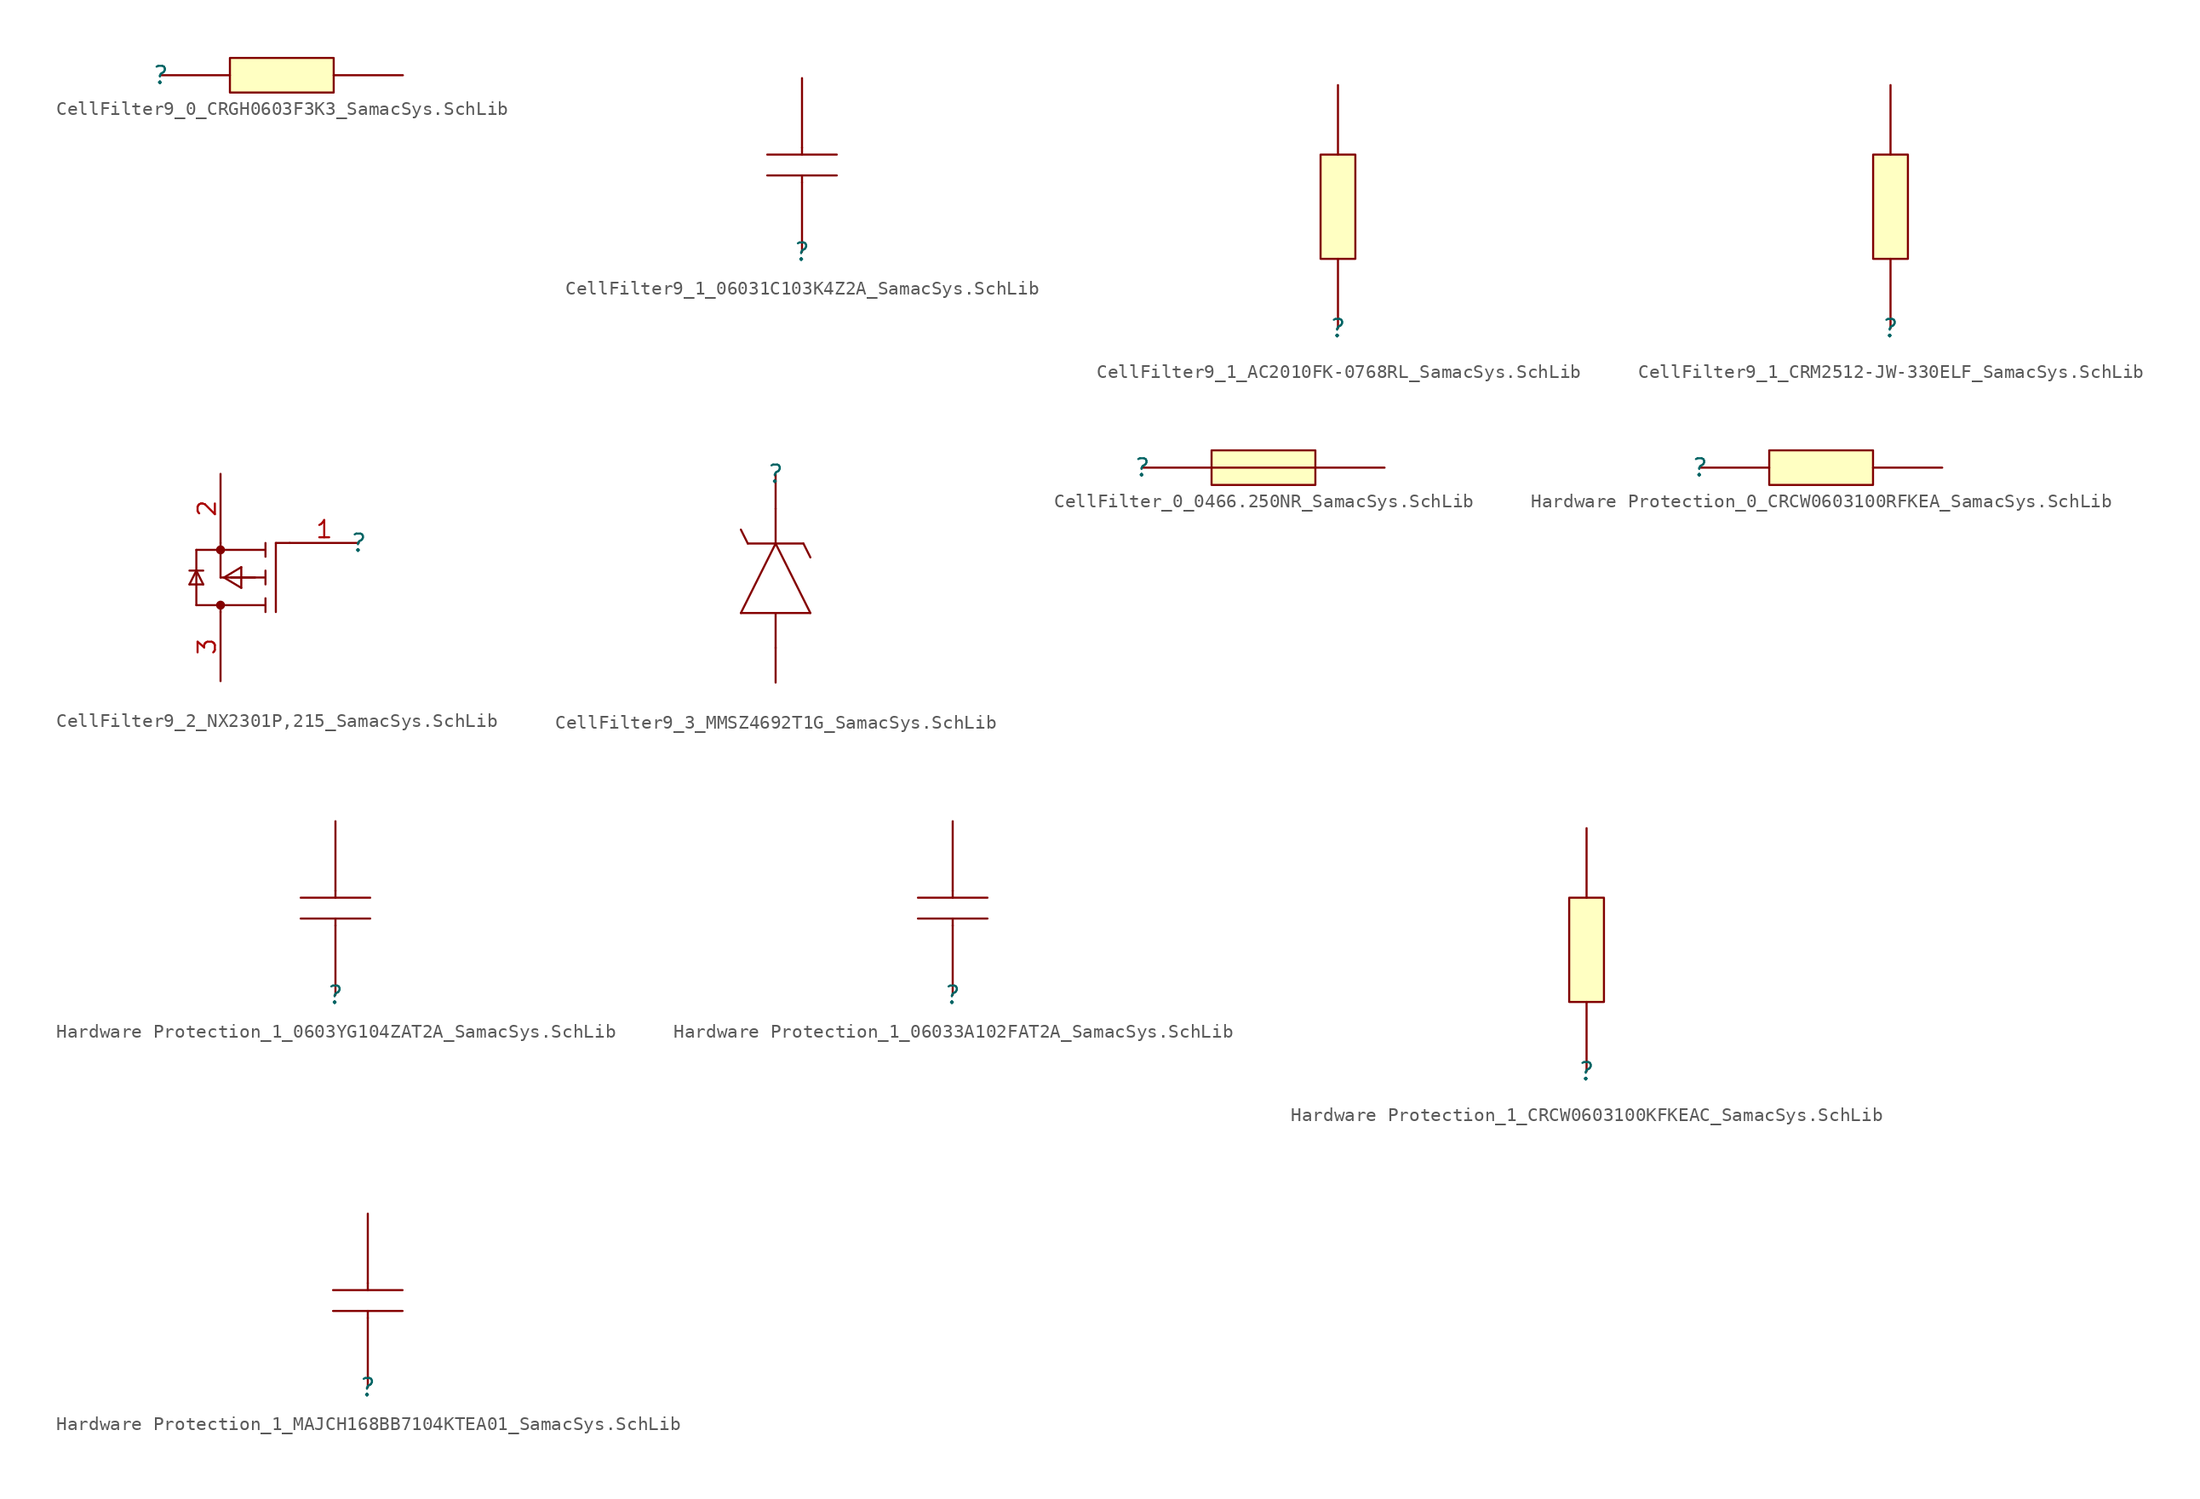
<source format=kicad_sym>
(kicad_symbol_lib
  (version 20241209)
  (generator "kicad_symbol_editor")
  (generator_version "9.0")
  (symbol "CellFilter9_0_CRGH0603F3K3_SamacSys.SchLib"
    (pin_numbers
      (hide yes))
    (pin_names
      (hide yes))
    (property "Reference" ""
      (at 0 0 0)
      (effects (font (size 1.27 1.27))))
    (property "Value" ""
      (at 0 0 0)
      (effects (font (size 1.27 1.27))))
    (symbol "CellFilter9_0_CRGH0603F3K3_SamacSys.SchLib_1_0"
      (rectangle (start 12.7 1.27) (end 5.08 -1.27) (stroke (width 0) (type solid) (color 128 0 0 1)) (fill (type background)))
      (pin passive line (at 0 0 0) (length 5.08) (name "1" (effects (font (size 1.27 1.27)))) (number "1" (effects (font (size 1.27 1.27)))))
      (pin passive line (at 17.78 0 180) (length 5.08) (name "2" (effects (font (size 1.27 1.27)))) (number "2" (effects (font (size 1.27 1.27)))))))
  (symbol "CellFilter9_1_06031C103K4Z2A_SamacSys.SchLib"
    (pin_numbers
      (hide yes))
    (pin_names
      (hide yes))
    (property "Reference" ""
      (at 0 0 0)
      (effects (font (size 1.27 1.27))))
    (property "Value" ""
      (at 0 0 0)
      (effects (font (size 1.27 1.27))))
    (symbol "CellFilter9_1_06031C103K4Z2A_SamacSys.SchLib_1_0"
      (polyline (pts (xy -2.54 7.112) (xy 2.54 7.112)) (stroke (width 0) (type solid)) (fill (type none)))
      (polyline (pts (xy -2.54 5.588) (xy 2.54 5.588)) (stroke (width 0) (type solid)) (fill (type none)))
      (polyline (pts (xy 0 7.112) (xy 0 7.62)) (stroke (width 0) (type solid)) (fill (type none)))
      (polyline (pts (xy 0 5.08) (xy 0 5.588)) (stroke (width 0) (type solid)) (fill (type none)))
      (pin passive line (at 0 12.7 270) (length 5.08) (name "2" (effects (font (size 1.27 1.27)))) (number "2" (effects (font (size 1.27 1.27)))))
      (pin passive line (at 0 0 90) (length 5.08) (name "1" (effects (font (size 1.27 1.27)))) (number "1" (effects (font (size 1.27 1.27)))))))
  (symbol "CellFilter9_1_AC2010FK-0768RL_SamacSys.SchLib"
    (pin_numbers
      (hide yes))
    (pin_names
      (hide yes))
    (property "Reference" ""
      (at 0 0 0)
      (effects (font (size 1.27 1.27))))
    (property "Value" ""
      (at 0 0 0)
      (effects (font (size 1.27 1.27))))
    (symbol "CellFilter9_1_AC2010FK-0768RL_SamacSys.SchLib_1_0"
      (rectangle (start 1.27 12.7) (end -1.27 5.08) (stroke (width 0) (type solid) (color 128 0 0 1)) (fill (type background)))
      (pin passive line (at 0 17.78 270) (length 5.08) (name "2" (effects (font (size 1.27 1.27)))) (number "2" (effects (font (size 1.27 1.27)))))
      (pin passive line (at 0 0 90) (length 5.08) (name "1" (effects (font (size 1.27 1.27)))) (number "1" (effects (font (size 1.27 1.27)))))))
  (symbol "CellFilter9_1_CRM2512-JW-330ELF_SamacSys.SchLib"
    (pin_numbers
      (hide yes))
    (pin_names
      (hide yes))
    (property "Reference" ""
      (at 0 0 0)
      (effects (font (size 1.27 1.27))))
    (property "Value" ""
      (at 0 0 0)
      (effects (font (size 1.27 1.27))))
    (symbol "CellFilter9_1_CRM2512-JW-330ELF_SamacSys.SchLib_1_0"
      (rectangle (start 1.27 12.7) (end -1.27 5.08) (stroke (width 0) (type solid) (color 128 0 0 1)) (fill (type background)))
      (pin passive line (at 0 17.78 270) (length 5.08) (name "2" (effects (font (size 1.27 1.27)))) (number "2" (effects (font (size 1.27 1.27)))))
      (pin passive line (at 0 0 90) (length 5.08) (name "1" (effects (font (size 1.27 1.27)))) (number "1" (effects (font (size 1.27 1.27)))))))
  (symbol "CellFilter9_2_NX2301P,215_SamacSys.SchLib"
    (pin_names
      (hide yes))
    (property "Reference" ""
      (at 0 0 0)
      (effects (font (size 1.27 1.27))))
    (property "Value" ""
      (at 0 0 0)
      (effects (font (size 1.27 1.27))))
    (symbol "CellFilter9_2_NX2301P,215_SamacSys.SchLib_1_0"
      (polyline (pts (xy -12.446 -3.048) (xy -11.43 -3.048)) (stroke (width 0) (type solid)) (fill (type none)))
      (polyline (pts (xy -11.938 -2.032) (xy -12.446 -2.032)) (stroke (width 0) (type solid)) (fill (type none)))
      (polyline (pts (xy -11.938 -2.032) (xy -12.446 -3.048)) (stroke (width 0) (type solid)) (fill (type none)))
      (polyline (pts (xy -11.938 -2.032) (xy -11.43 -2.032)) (stroke (width 0) (type solid)) (fill (type none)))
      (polyline (pts (xy -11.938 -4.572) (xy -11.938 -0.508)) (stroke (width 0) (type solid)) (fill (type none)))
      (polyline (pts (xy -11.938 -4.572) (xy -10.16 -4.572)) (stroke (width 0) (type solid)) (fill (type none)))
      (polyline (pts (xy -11.43 -3.048) (xy -11.938 -2.032)) (stroke (width 0) (type solid)) (fill (type none)))
      (circle (center -10.16 -0.508) (radius 0.254) (stroke (width 0) (type solid)) (fill (type outline)))
      (polyline (pts (xy -10.16 -0.508) (xy -11.938 -0.508)) (stroke (width 0) (type solid)) (fill (type none)))
      (polyline (pts (xy -10.16 -2.54) (xy -10.16 0)) (stroke (width 0) (type solid)) (fill (type none)))
      (polyline (pts (xy -10.16 -2.54) (xy -7.62 -2.54)) (stroke (width 0) (type solid)) (fill (type none)))
      (circle (center -10.16 -4.572) (radius 0.254) (stroke (width 0) (type solid)) (fill (type outline)))
      (polyline (pts (xy -10.16 -4.572) (xy -10.16 -5.08)) (stroke (width 0) (type solid)) (fill (type none)))
      (polyline (pts (xy -9.906 -2.54) (xy -8.636 -1.778)) (stroke (width 0) (type solid)) (fill (type none)))
      (polyline (pts (xy -9.906 -2.54) (xy -8.636 -3.302)) (stroke (width 0) (type solid)) (fill (type none)))
      (polyline (pts (xy -9.398 -2.54) (xy -6.858 -2.54)) (stroke (width 0) (type solid)) (fill (type none)))
      (polyline (pts (xy -8.636 -1.778) (xy -8.636 -3.302)) (stroke (width 0) (type solid)) (fill (type none)))
      (polyline (pts (xy -6.858 -0.508) (xy -10.16 -0.508)) (stroke (width 0) (type solid)) (fill (type none)))
      (polyline (pts (xy -6.858 -1.016) (xy -6.858 0)) (stroke (width 0) (type solid)) (fill (type none)))
      (polyline (pts (xy -6.858 -3.048) (xy -6.858 -2.032)) (stroke (width 0) (type solid)) (fill (type none)))
      (polyline (pts (xy -6.858 -4.064) (xy -6.858 -5.08)) (stroke (width 0) (type solid)) (fill (type none)))
      (polyline (pts (xy -6.858 -4.572) (xy -10.16 -4.572)) (stroke (width 0) (type solid)) (fill (type none)))
      (polyline (pts (xy -6.096 0) (xy -6.096 -5.08)) (stroke (width 0) (type solid)) (fill (type none)))
      (polyline (pts (xy -6.096 0) (xy -5.08 0)) (stroke (width 0) (type solid)) (fill (type none)))
      (pin passive line (at -10.16 5.08 270) (length 5.08) (name "S" (effects (font (size 1.27 1.27)))) (number "2" (effects (font (size 1.27 1.27)))))
      (pin passive line (at -10.16 -10.16 90) (length 5.08) (name "D" (effects (font (size 1.27 1.27)))) (number "3" (effects (font (size 1.27 1.27)))))
      (pin passive line (at 0 0 180) (length 5.08) (name "G" (effects (font (size 1.27 1.27)))) (number "1" (effects (font (size 1.27 1.27)))))))
  (symbol "CellFilter9_3_MMSZ4692T1G_SamacSys.SchLib"
    (pin_numbers
      (hide yes))
    (pin_names
      (hide yes))
    (property "Reference" ""
      (at 0 0 0)
      (effects (font (size 1.27 1.27))))
    (property "Value" ""
      (at 0 0 0)
      (effects (font (size 1.27 1.27))))
    (symbol "CellFilter9_3_MMSZ4692T1G_SamacSys.SchLib_1_0"
      (polyline (pts (xy -2.54 -4.064) (xy -2.032 -5.08)) (stroke (width 0) (type solid)) (fill (type none)))
      (polyline (pts (xy -2.54 -10.16) (xy 0 -5.08)) (stroke (width 0) (type solid)) (fill (type none)))
      (polyline (pts (xy 0 -2.54) (xy 0 -5.08)) (stroke (width 0) (type solid)) (fill (type none)))
      (polyline (pts (xy 0 -5.08) (xy 2.54 -10.16)) (stroke (width 0) (type solid)) (fill (type none)))
      (polyline (pts (xy 0 -12.7) (xy 0 -10.16)) (stroke (width 0) (type solid)) (fill (type none)))
      (polyline (pts (xy 2.032 -5.08) (xy -2.032 -5.08)) (stroke (width 0) (type solid)) (fill (type none)))
      (polyline (pts (xy 2.032 -5.08) (xy 2.54 -6.096)) (stroke (width 0) (type solid)) (fill (type none)))
      (polyline (pts (xy 2.54 -10.16) (xy -2.54 -10.16)) (stroke (width 0) (type solid)) (fill (type none)))
      (pin passive line (at 0 0 270) (length 2.54) (name "K" (effects (font (size 1.27 1.27)))) (number "1" (effects (font (size 1.27 1.27)))))
      (pin passive line (at 0 -15.24 90) (length 2.54) (name "A" (effects (font (size 1.27 1.27)))) (number "2" (effects (font (size 1.27 1.27)))))))
  (symbol "CellFilter_0_0466.250NR_SamacSys.SchLib"
    (pin_numbers
      (hide yes))
    (pin_names
      (hide yes))
    (property "Reference" ""
      (at 0 0 0)
      (effects (font (size 1.27 1.27))))
    (property "Value" ""
      (at 0 0 0)
      (effects (font (size 1.27 1.27))))
    (symbol "CellFilter_0_0466.250NR_SamacSys.SchLib_1_0"
      (polyline (pts (xy 5.08 0) (xy 12.7 0)) (stroke (width 0) (type solid)) (fill (type none)))
      (rectangle (start 12.7 1.27) (end 5.08 -1.27) (stroke (width 0) (type solid) (color 128 0 0 1)) (fill (type background)))
      (pin passive line (at 0 0 0) (length 5.08) (name "1" (effects (font (size 1.27 1.27)))) (number "1" (effects (font (size 1.27 1.27)))))
      (pin passive line (at 17.78 0 180) (length 5.08) (name "2" (effects (font (size 1.27 1.27)))) (number "2" (effects (font (size 1.27 1.27)))))))
  (symbol "Hardware Protection_0_CRCW0603100RFKEA_SamacSys.SchLib"
    (pin_numbers
      (hide yes))
    (pin_names
      (hide yes))
    (property "Reference" ""
      (at 0 0 0)
      (effects (font (size 1.27 1.27))))
    (property "Value" ""
      (at 0 0 0)
      (effects (font (size 1.27 1.27))))
    (symbol "Hardware Protection_0_CRCW0603100RFKEA_SamacSys.SchLib_1_0"
      (rectangle (start 12.7 1.27) (end 5.08 -1.27) (stroke (width 0) (type solid) (color 128 0 0 1)) (fill (type background)))
      (pin passive line (at 0 0 0) (length 5.08) (name "1" (effects (font (size 1.27 1.27)))) (number "1" (effects (font (size 1.27 1.27)))))
      (pin passive line (at 17.78 0 180) (length 5.08) (name "2" (effects (font (size 1.27 1.27)))) (number "2" (effects (font (size 1.27 1.27)))))))
  (symbol "Hardware Protection_1_0603YG104ZAT2A_SamacSys.SchLib"
    (pin_numbers
      (hide yes))
    (pin_names
      (hide yes))
    (property "Reference" ""
      (at 0 0 0)
      (effects (font (size 1.27 1.27))))
    (property "Value" ""
      (at 0 0 0)
      (effects (font (size 1.27 1.27))))
    (symbol "Hardware Protection_1_0603YG104ZAT2A_SamacSys.SchLib_1_0"
      (polyline (pts (xy -2.54 7.112) (xy 2.54 7.112)) (stroke (width 0) (type solid)) (fill (type none)))
      (polyline (pts (xy -2.54 5.588) (xy 2.54 5.588)) (stroke (width 0) (type solid)) (fill (type none)))
      (polyline (pts (xy 0 7.112) (xy 0 7.62)) (stroke (width 0) (type solid)) (fill (type none)))
      (polyline (pts (xy 0 5.08) (xy 0 5.588)) (stroke (width 0) (type solid)) (fill (type none)))
      (pin passive line (at 0 12.7 270) (length 5.08) (name "2" (effects (font (size 1.27 1.27)))) (number "2" (effects (font (size 1.27 1.27)))))
      (pin passive line (at 0 0 90) (length 5.08) (name "1" (effects (font (size 1.27 1.27)))) (number "1" (effects (font (size 1.27 1.27)))))))
  (symbol "Hardware Protection_1_06033A102FAT2A_SamacSys.SchLib"
    (pin_numbers
      (hide yes))
    (pin_names
      (hide yes))
    (property "Reference" ""
      (at 0 0 0)
      (effects (font (size 1.27 1.27))))
    (property "Value" ""
      (at 0 0 0)
      (effects (font (size 1.27 1.27))))
    (symbol "Hardware Protection_1_06033A102FAT2A_SamacSys.SchLib_1_0"
      (polyline (pts (xy -2.54 7.112) (xy 2.54 7.112)) (stroke (width 0) (type solid)) (fill (type none)))
      (polyline (pts (xy -2.54 5.588) (xy 2.54 5.588)) (stroke (width 0) (type solid)) (fill (type none)))
      (polyline (pts (xy 0 7.112) (xy 0 7.62)) (stroke (width 0) (type solid)) (fill (type none)))
      (polyline (pts (xy 0 5.08) (xy 0 5.588)) (stroke (width 0) (type solid)) (fill (type none)))
      (pin passive line (at 0 12.7 270) (length 5.08) (name "2" (effects (font (size 1.27 1.27)))) (number "2" (effects (font (size 1.27 1.27)))))
      (pin passive line (at 0 0 90) (length 5.08) (name "1" (effects (font (size 1.27 1.27)))) (number "1" (effects (font (size 1.27 1.27)))))))
  (symbol "Hardware Protection_1_CRCW0603100KFKEAC_SamacSys.SchLib"
    (pin_numbers
      (hide yes))
    (pin_names
      (hide yes))
    (property "Reference" ""
      (at 0 0 0)
      (effects (font (size 1.27 1.27))))
    (property "Value" ""
      (at 0 0 0)
      (effects (font (size 1.27 1.27))))
    (symbol "Hardware Protection_1_CRCW0603100KFKEAC_SamacSys.SchLib_1_0"
      (rectangle (start 1.27 12.7) (end -1.27 5.08) (stroke (width 0) (type solid) (color 128 0 0 1)) (fill (type background)))
      (pin passive line (at 0 17.78 270) (length 5.08) (name "2" (effects (font (size 1.27 1.27)))) (number "2" (effects (font (size 1.27 1.27)))))
      (pin passive line (at 0 0 90) (length 5.08) (name "1" (effects (font (size 1.27 1.27)))) (number "1" (effects (font (size 1.27 1.27)))))))
  (symbol "Hardware Protection_1_MAJCH168BB7104KTEA01_SamacSys.SchLib"
    (pin_numbers
      (hide yes))
    (pin_names
      (hide yes))
    (property "Reference" ""
      (at 0 0 0)
      (effects (font (size 1.27 1.27))))
    (property "Value" ""
      (at 0 0 0)
      (effects (font (size 1.27 1.27))))
    (symbol "Hardware Protection_1_MAJCH168BB7104KTEA01_SamacSys.SchLib_1_0"
      (polyline (pts (xy -2.54 7.112) (xy 2.54 7.112)) (stroke (width 0) (type solid)) (fill (type none)))
      (polyline (pts (xy -2.54 5.588) (xy 2.54 5.588)) (stroke (width 0) (type solid)) (fill (type none)))
      (polyline (pts (xy 0 7.112) (xy 0 7.62)) (stroke (width 0) (type solid)) (fill (type none)))
      (polyline (pts (xy 0 5.08) (xy 0 5.588)) (stroke (width 0) (type solid)) (fill (type none)))
      (pin passive line (at 0 12.7 270) (length 5.08) (name "2" (effects (font (size 1.27 1.27)))) (number "2" (effects (font (size 1.27 1.27)))))
      (pin passive line (at 0 0 90) (length 5.08) (name "1" (effects (font (size 1.27 1.27)))) (number "1" (effects (font (size 1.27 1.27))))))))
</source>
